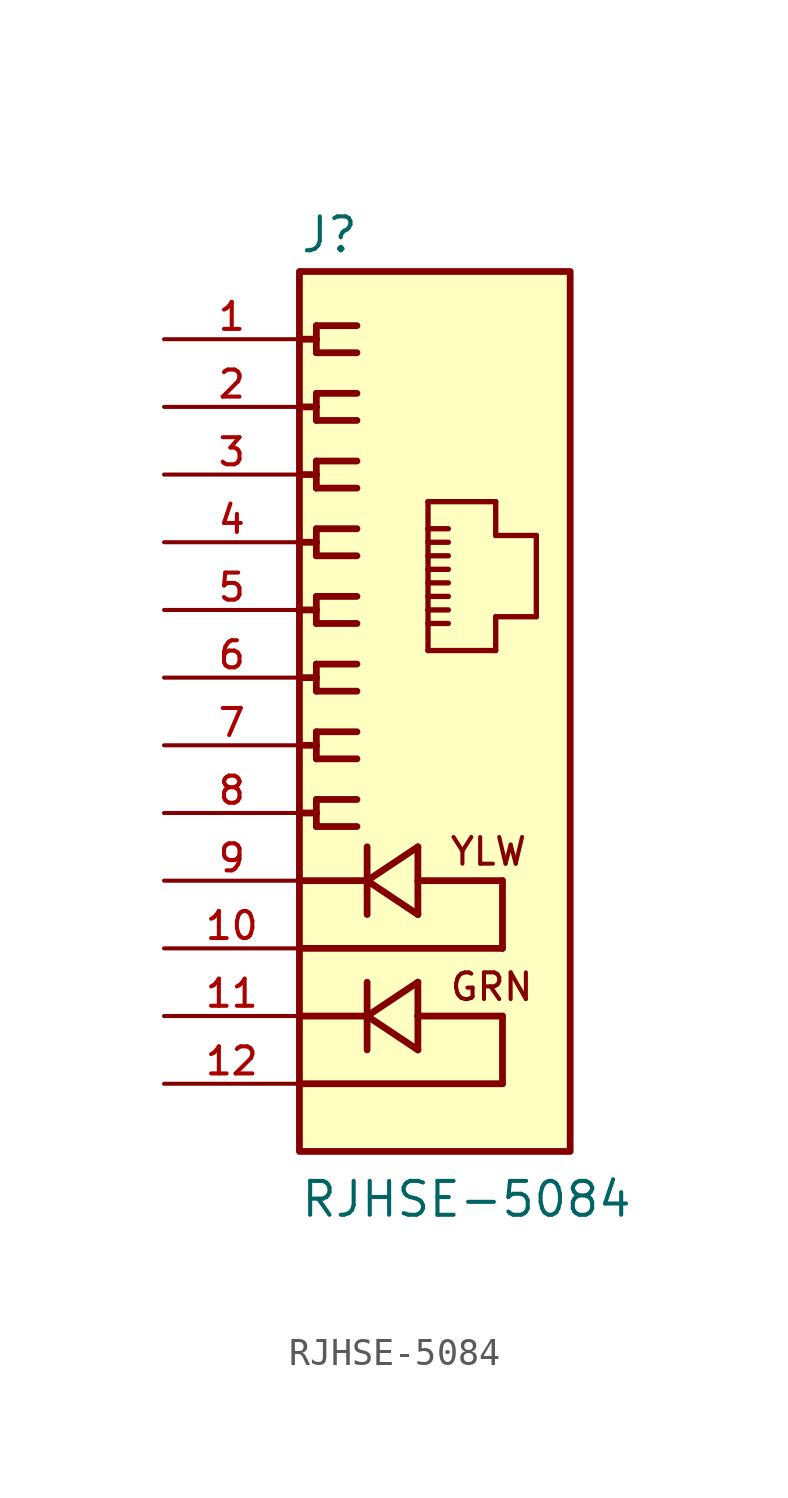
<source format=kicad_sym>
(kicad_symbol_lib
  (version 20211014)
  (generator kicad_symbol_editor)
  (symbol "RJHSE-5084"
    (pin_names
      (offset 1.016))
    (property "Reference" "J"
      (at -5.08 18.415 0)
      (effects (font (size 1.27 1.27)) (justify bottom left)))
    (property "Value" "RJHSE-5084"
      (at -5.08 -17.78 0)
      (effects (font (size 1.27 1.27)) (justify bottom left)))
    (symbol "RJHSE-5084_0_0"
      (polyline (pts (xy -2.921 15.748) (xy -4.445 15.748)) (stroke (width 0.254)))
      (polyline (pts (xy -4.445 15.748) (xy -4.445 15.24)) (stroke (width 0.254)))
      (polyline (pts (xy -4.445 15.24) (xy -4.445 14.732)) (stroke (width 0.254)))
      (polyline (pts (xy -4.445 14.732) (xy -2.921 14.732)) (stroke (width 0.254)))
      (polyline (pts (xy -2.921 13.208) (xy -4.445 13.208)) (stroke (width 0.254)))
      (polyline (pts (xy -4.445 13.208) (xy -4.445 12.7)) (stroke (width 0.254)))
      (polyline (pts (xy -4.445 12.7) (xy -4.445 12.192)) (stroke (width 0.254)))
      (polyline (pts (xy -4.445 12.192) (xy -2.921 12.192)) (stroke (width 0.254)))
      (polyline (pts (xy -2.921 10.668) (xy -4.445 10.668)) (stroke (width 0.254)))
      (polyline (pts (xy -4.445 10.668) (xy -4.445 10.16)) (stroke (width 0.254)))
      (polyline (pts (xy -4.445 10.16) (xy -4.445 9.652)) (stroke (width 0.254)))
      (polyline (pts (xy -4.445 9.652) (xy -2.921 9.652)) (stroke (width 0.254)))
      (polyline (pts (xy -2.921 8.128) (xy -4.445 8.128)) (stroke (width 0.254)))
      (polyline (pts (xy -4.445 8.128) (xy -4.445 7.62)) (stroke (width 0.254)))
      (polyline (pts (xy -4.445 7.62) (xy -4.445 7.112)) (stroke (width 0.254)))
      (polyline (pts (xy -4.445 7.112) (xy -2.921 7.112)) (stroke (width 0.254)))
      (polyline (pts (xy -2.921 5.588) (xy -4.445 5.588)) (stroke (width 0.254)))
      (polyline (pts (xy -4.445 5.588) (xy -4.445 5.08)) (stroke (width 0.254)))
      (polyline (pts (xy -4.445 5.08) (xy -4.445 4.572)) (stroke (width 0.254)))
      (polyline (pts (xy -4.445 4.572) (xy -2.921 4.572)) (stroke (width 0.254)))
      (polyline (pts (xy -2.921 3.048) (xy -4.445 3.048)) (stroke (width 0.254)))
      (polyline (pts (xy -4.445 3.048) (xy -4.445 2.54)) (stroke (width 0.254)))
      (polyline (pts (xy -4.445 2.54) (xy -4.445 2.032)) (stroke (width 0.254)))
      (polyline (pts (xy -4.445 2.032) (xy -2.921 2.032)) (stroke (width 0.254)))
      (polyline (pts (xy -2.921 0.508) (xy -4.445 0.508)) (stroke (width 0.254)))
      (polyline (pts (xy -4.445 0.508) (xy -4.445 0.0)) (stroke (width 0.254)))
      (polyline (pts (xy -4.445 0.0) (xy -4.445 -0.508)) (stroke (width 0.254)))
      (polyline (pts (xy -4.445 -0.508) (xy -2.921 -0.508)) (stroke (width 0.254)))
      (polyline (pts (xy -2.921 -2.032) (xy -4.445 -2.032)) (stroke (width 0.254)))
      (polyline (pts (xy -4.445 -2.032) (xy -4.445 -2.54)) (stroke (width 0.254)))
      (polyline (pts (xy -4.445 -2.54) (xy -4.445 -3.048)) (stroke (width 0.254)))
      (polyline (pts (xy -4.445 -3.048) (xy -2.921 -3.048)) (stroke (width 0.254)))
      (polyline (pts (xy -0.254 9.144) (xy -0.254 8.128)) (stroke (width 0.2)))
      (polyline (pts (xy -0.254 8.128) (xy -0.254 7.62)) (stroke (width 0.2)))
      (polyline (pts (xy -0.254 7.62) (xy -0.254 7.112)) (stroke (width 0.2)))
      (polyline (pts (xy -0.254 7.112) (xy -0.254 6.604)) (stroke (width 0.2)))
      (polyline (pts (xy -0.254 6.604) (xy -0.254 6.096)) (stroke (width 0.2)))
      (polyline (pts (xy -0.254 6.096) (xy -0.254 5.588)) (stroke (width 0.2)))
      (polyline (pts (xy -0.254 5.588) (xy -0.254 5.08)) (stroke (width 0.2)))
      (polyline (pts (xy -0.254 5.08) (xy -0.254 4.572)) (stroke (width 0.2)))
      (polyline (pts (xy -0.254 4.572) (xy -0.254 3.556)) (stroke (width 0.2)))
      (polyline (pts (xy -0.254 3.556) (xy 2.286 3.556)) (stroke (width 0.2)))
      (polyline (pts (xy 2.286 3.556) (xy 2.286 4.826)) (stroke (width 0.2)))
      (polyline (pts (xy 2.286 4.826) (xy 3.81 4.826)) (stroke (width 0.2)))
      (polyline (pts (xy 3.81 4.826) (xy 3.81 7.874)) (stroke (width 0.2)))
      (polyline (pts (xy 3.81 7.874) (xy 2.286 7.874)) (stroke (width 0.2)))
      (polyline (pts (xy 2.286 7.874) (xy 2.286 9.144)) (stroke (width 0.2)))
      (polyline (pts (xy 2.286 9.144) (xy -0.254 9.144)) (stroke (width 0.2)))
      (polyline (pts (xy -0.254 8.128) (xy 0.508 8.128)) (stroke (width 0.2)))
      (polyline (pts (xy -0.254 7.62) (xy 0.508 7.62)) (stroke (width 0.2)))
      (polyline (pts (xy -0.254 7.112) (xy 0.508 7.112)) (stroke (width 0.2)))
      (polyline (pts (xy -0.254 6.604) (xy 0.508 6.604)) (stroke (width 0.2)))
      (polyline (pts (xy -0.254 6.096) (xy 0.508 6.096)) (stroke (width 0.2)))
      (polyline (pts (xy -0.254 5.588) (xy 0.508 5.588)) (stroke (width 0.2)))
      (polyline (pts (xy -0.254 5.08) (xy 0.508 5.08)) (stroke (width 0.2)))
      (polyline (pts (xy -0.254 4.572) (xy 0.508 4.572)) (stroke (width 0.2)))
      (polyline (pts (xy -5.08 15.24) (xy -4.445 15.24)) (stroke (width 0.254)))
      (polyline (pts (xy -5.08 12.7) (xy -4.445 12.7)) (stroke (width 0.254)))
      (polyline (pts (xy -5.08 10.16) (xy -4.445 10.16)) (stroke (width 0.254)))
      (polyline (pts (xy -5.08 7.62) (xy -4.445 7.62)) (stroke (width 0.254)))
      (polyline (pts (xy -5.08 5.08) (xy -4.445 5.08)) (stroke (width 0.254)))
      (polyline (pts (xy -5.08 2.54) (xy -4.445 2.54)) (stroke (width 0.254)))
      (polyline (pts (xy -5.08 0.0) (xy -4.445 0.0)) (stroke (width 0.254)))
      (polyline (pts (xy -5.08 -2.54) (xy -4.445 -2.54)) (stroke (width 0.254)))
      (polyline (pts (xy -5.08 -5.08) (xy -2.54 -5.08)) (stroke (width 0.254)))
      (polyline (pts (xy -2.54 -3.81) (xy -2.54 -5.08)) (stroke (width 0.254)))
      (polyline (pts (xy -2.54 -5.08) (xy -2.54 -6.35)) (stroke (width 0.254)))
      (polyline (pts (xy -2.54 -5.08) (xy -0.635 -3.81)) (stroke (width 0.254)))
      (polyline (pts (xy -0.635 -3.81) (xy -0.635 -5.08)) (stroke (width 0.254)))
      (polyline (pts (xy -0.635 -5.08) (xy -0.635 -6.35)) (stroke (width 0.254)))
      (polyline (pts (xy -0.635 -6.35) (xy -2.54 -5.08)) (stroke (width 0.254)))
      (polyline (pts (xy -0.635 -5.08) (xy 2.54 -5.08)) (stroke (width 0.254)))
      (polyline (pts (xy 2.54 -5.08) (xy 2.54 -7.62)) (stroke (width 0.254)))
      (polyline (pts (xy 2.54 -7.62) (xy -5.08 -7.62)) (stroke (width 0.254)))
      (polyline (pts (xy -5.08 -10.16) (xy -2.54 -10.16)) (stroke (width 0.254)))
      (polyline (pts (xy -2.54 -8.89) (xy -2.54 -10.16)) (stroke (width 0.254)))
      (polyline (pts (xy -2.54 -10.16) (xy -2.54 -11.43)) (stroke (width 0.254)))
      (polyline (pts (xy -2.54 -10.16) (xy -0.635 -8.89)) (stroke (width 0.254)))
      (polyline (pts (xy -0.635 -8.89) (xy -0.635 -10.16)) (stroke (width 0.254)))
      (polyline (pts (xy -0.635 -10.16) (xy -0.635 -11.43)) (stroke (width 0.254)))
      (polyline (pts (xy -0.635 -11.43) (xy -2.54 -10.16)) (stroke (width 0.254)))
      (polyline (pts (xy -0.635 -10.16) (xy 2.54 -10.16)) (stroke (width 0.254)))
      (polyline (pts (xy 2.54 -10.16) (xy 2.54 -12.7)) (stroke (width 0.254)))
      (polyline (pts (xy 2.54 -12.7) (xy -5.08 -12.7)) (stroke (width 0.254)))
      (text "YLW" (at 0.508 -4.572 0) (effects (font (size 1.0 1.0)) (justify bottom left)))
      (text "GRN" (at 0.508 -9.652 0) (effects (font (size 1.0 1.0)) (justify bottom left)))
      (rectangle (start -5.08 -15.24) (end 5.08 17.78) (stroke (width 0.254)) (fill (type background)))
      (pin passive line (at -10.16 15.24 0) (length 5.08) (name "~" (effects (font (size 1.016 1.016)))) (number "1" (effects (font (size 1.016 1.016)))))
      (pin passive line (at -10.16 12.7 0) (length 5.08) (name "~" (effects (font (size 1.016 1.016)))) (number "2" (effects (font (size 1.016 1.016)))))
      (pin passive line (at -10.16 10.16 0) (length 5.08) (name "~" (effects (font (size 1.016 1.016)))) (number "3" (effects (font (size 1.016 1.016)))))
      (pin passive line (at -10.16 7.62 0) (length 5.08) (name "~" (effects (font (size 1.016 1.016)))) (number "4" (effects (font (size 1.016 1.016)))))
      (pin passive line (at -10.16 5.08 0) (length 5.08) (name "~" (effects (font (size 1.016 1.016)))) (number "5" (effects (font (size 1.016 1.016)))))
      (pin passive line (at -10.16 2.54 0) (length 5.08) (name "~" (effects (font (size 1.016 1.016)))) (number "6" (effects (font (size 1.016 1.016)))))
      (pin passive line (at -10.16 0.0 0) (length 5.08) (name "~" (effects (font (size 1.016 1.016)))) (number "7" (effects (font (size 1.016 1.016)))))
      (pin passive line (at -10.16 -2.54 0) (length 5.08) (name "~" (effects (font (size 1.016 1.016)))) (number "8" (effects (font (size 1.016 1.016)))))
      (pin passive line (at -10.16 -5.08 0) (length 5.08) (name "~" (effects (font (size 1.016 1.016)))) (number "9" (effects (font (size 1.016 1.016)))))
      (pin passive line (at -10.16 -7.62 0) (length 5.08) (name "~" (effects (font (size 1.016 1.016)))) (number "10" (effects (font (size 1.016 1.016)))))
      (pin passive line (at -10.16 -10.16 0) (length 5.08) (name "~" (effects (font (size 1.016 1.016)))) (number "11" (effects (font (size 1.016 1.016)))))
      (pin passive line (at -10.16 -12.7 0) (length 5.08) (name "~" (effects (font (size 1.016 1.016)))) (number "12" (effects (font (size 1.016 1.016))))))))
</source>
